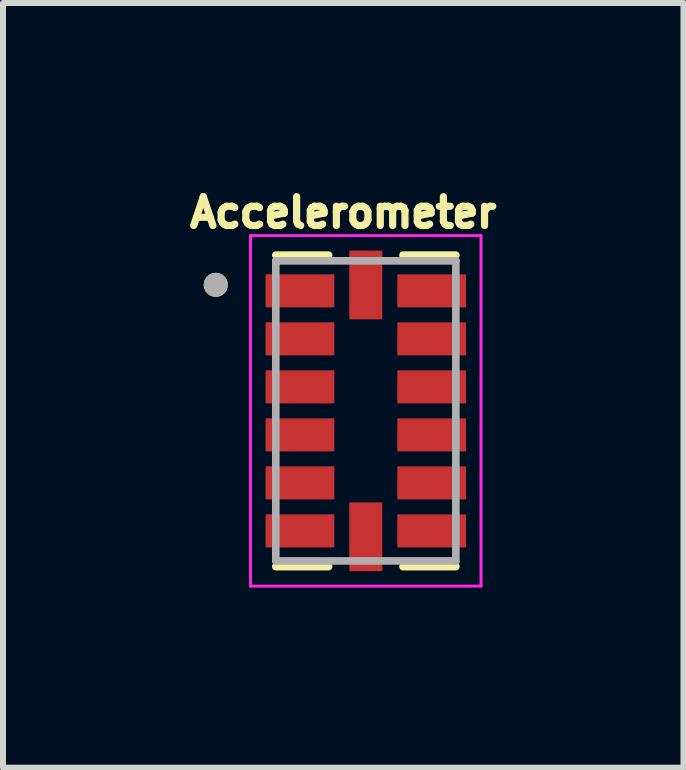
<source format=kicad_pcb>
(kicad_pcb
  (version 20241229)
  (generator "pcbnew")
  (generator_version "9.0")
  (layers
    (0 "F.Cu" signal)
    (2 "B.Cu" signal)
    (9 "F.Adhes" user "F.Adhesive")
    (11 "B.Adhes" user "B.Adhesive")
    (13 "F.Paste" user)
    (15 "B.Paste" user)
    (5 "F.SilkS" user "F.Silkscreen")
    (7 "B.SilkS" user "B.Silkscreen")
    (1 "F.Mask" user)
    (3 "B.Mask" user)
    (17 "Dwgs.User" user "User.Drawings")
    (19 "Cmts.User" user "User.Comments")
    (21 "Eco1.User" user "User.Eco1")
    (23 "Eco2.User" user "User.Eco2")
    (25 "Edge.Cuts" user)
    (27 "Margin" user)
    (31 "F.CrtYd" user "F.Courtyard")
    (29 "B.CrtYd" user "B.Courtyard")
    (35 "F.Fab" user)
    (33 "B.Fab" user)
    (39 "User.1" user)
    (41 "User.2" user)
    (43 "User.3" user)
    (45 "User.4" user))
  (footprint "Accelerometer"
    (layer "F.Cu")
    (at 3.045 3.796)
    (property "Reference" "Accelerometer" (at -0.376 -3.305 0) (layer "F.SilkS") (effects (font (size 0.48 0.48) (thickness 0.15))))
    (attr smd)
    (fp_line (start -1.5 -2.595) (end -0.62 -2.595) (stroke (width 0.127) (type solid)) (layer "F.SilkS"))
    (fp_line (start -1.5 2.595) (end -0.62 2.595) (stroke (width 0.127) (type solid)) (layer "F.SilkS"))
    (fp_line (start 0.62 -2.595) (end 1.5 -2.595) (stroke (width 0.127) (type solid)) (layer "F.SilkS"))
    (fp_line (start 0.62 2.595) (end 1.5 2.595) (stroke (width 0.127) (type solid)) (layer "F.SilkS"))
    (fp_circle (center -2.5 -2.1) (end -2.4 -2.1) (stroke (width 0.2) (type solid)) (fill no) (layer "F.SilkS"))
    (fp_line (start -1.92 -2.92) (end 1.92 -2.92) (stroke (width 0.05) (type solid)) (layer "F.CrtYd"))
    (fp_line (start -1.92 2.92) (end -1.92 -2.92) (stroke (width 0.05) (type solid)) (layer "F.CrtYd"))
    (fp_line (start 1.92 -2.92) (end 1.92 2.92) (stroke (width 0.05) (type solid)) (layer "F.CrtYd"))
    (fp_line (start 1.92 2.92) (end -1.92 2.92) (stroke (width 0.05) (type solid)) (layer "F.CrtYd"))
    (fp_line (start -1.5 -2.5) (end 1.5 -2.5) (stroke (width 0.127) (type solid)) (layer "F.Fab"))
    (fp_line (start -1.5 2.5) (end -1.5 -2.5) (stroke (width 0.127) (type solid)) (layer "F.Fab"))
    (fp_line (start 1.5 -2.5) (end 1.5 2.5) (stroke (width 0.127) (type solid)) (layer "F.Fab"))
    (fp_line (start 1.5 2.5) (end -1.5 2.5) (stroke (width 0.127) (type solid)) (layer "F.Fab"))
    (fp_circle (center -2.5 -2.1) (end -2.4 -2.1) (stroke (width 0.2) (type solid)) (fill no) (layer "F.Fab"))
    (pad "1" smd rect (at -1.097 -2) (size 1.145 0.55) (layers "F.Cu" "F.Mask" "F.Paste"))
    (pad "2" smd rect (at -1.097 -1.2) (size 1.145 0.55) (layers "F.Cu" "F.Mask" "F.Paste"))
    (pad "3" smd rect (at -1.097 -0.4) (size 1.145 0.55) (layers "F.Cu" "F.Mask" "F.Paste"))
    (pad "4" smd rect (at -1.097 0.4) (size 1.145 0.55) (layers "F.Cu" "F.Mask" "F.Paste"))
    (pad "5" smd rect (at -1.097 1.2) (size 1.145 0.55) (layers "F.Cu" "F.Mask" "F.Paste"))
    (pad "6" smd rect (at -1.097 2) (size 1.145 0.55) (layers "F.Cu" "F.Mask" "F.Paste"))
    (pad "7" smd rect (at 0 2.098) (size 0.55 1.145) (layers "F.Cu" "F.Mask" "F.Paste"))
    (pad "8" smd rect (at 1.097 2) (size 1.145 0.55) (layers "F.Cu" "F.Mask" "F.Paste"))
    (pad "9" smd rect (at 1.097 1.2) (size 1.145 0.55) (layers "F.Cu" "F.Mask" "F.Paste"))
    (pad "10" smd rect (at 1.097 0.4) (size 1.145 0.55) (layers "F.Cu" "F.Mask" "F.Paste"))
    (pad "11" smd rect (at 1.097 -0.4) (size 1.145 0.55) (layers "F.Cu" "F.Mask" "F.Paste"))
    (pad "12" smd rect (at 1.097 -1.2) (size 1.145 0.55) (layers "F.Cu" "F.Mask" "F.Paste"))
    (pad "13" smd rect (at 1.097 -2) (size 1.145 0.55) (layers "F.Cu" "F.Mask" "F.Paste"))
    (pad "14" smd rect (at 0 -2.098) (size 0.55 1.145) (layers "F.Cu" "F.Mask" "F.Paste")))
  (gr_rect
    (start -3 -3)
    (end 8.338 9.741)
    (stroke (width 0.1) (type default))
    (fill no)
    (layer "Edge.Cuts")))
</source>
